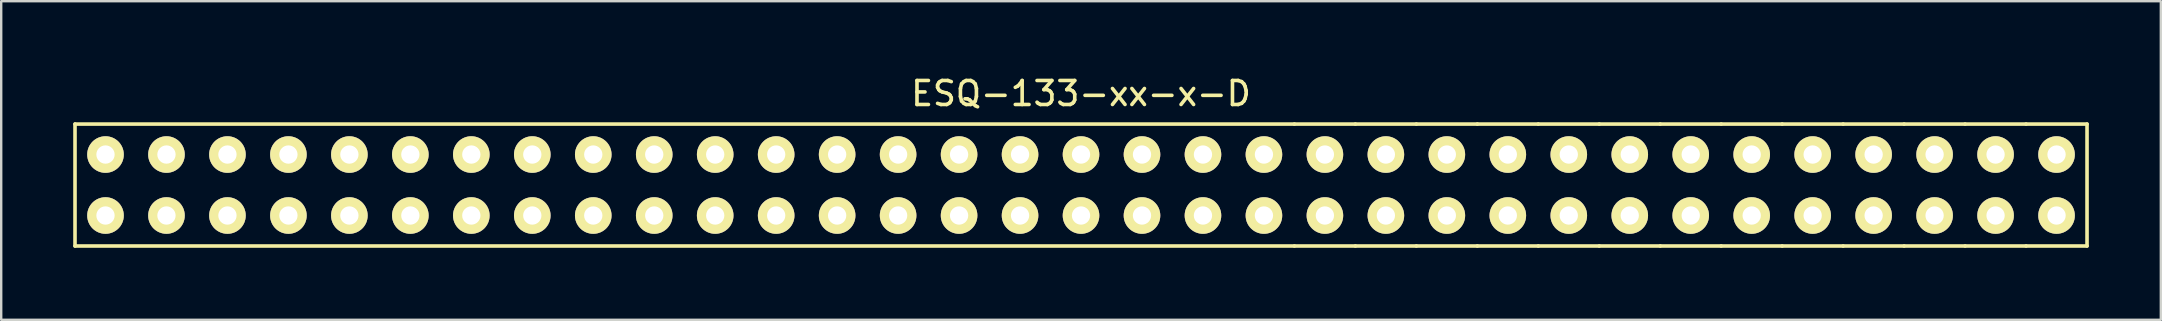
<source format=kicad_pcb>
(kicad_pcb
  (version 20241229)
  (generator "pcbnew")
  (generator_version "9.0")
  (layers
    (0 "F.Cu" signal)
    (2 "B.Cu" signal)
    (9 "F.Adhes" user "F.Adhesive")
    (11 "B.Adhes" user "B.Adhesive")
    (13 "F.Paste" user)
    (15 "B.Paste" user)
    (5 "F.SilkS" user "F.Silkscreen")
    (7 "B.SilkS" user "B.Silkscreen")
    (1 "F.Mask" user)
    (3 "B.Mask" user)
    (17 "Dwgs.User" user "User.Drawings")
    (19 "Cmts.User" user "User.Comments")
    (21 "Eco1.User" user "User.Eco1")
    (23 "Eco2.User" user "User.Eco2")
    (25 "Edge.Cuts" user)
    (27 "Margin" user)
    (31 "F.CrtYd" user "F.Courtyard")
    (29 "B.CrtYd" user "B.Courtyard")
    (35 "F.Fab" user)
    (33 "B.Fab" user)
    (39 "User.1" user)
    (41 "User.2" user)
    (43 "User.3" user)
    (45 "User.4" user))
  (footprint "ESQ-133-xx-x-D"
    (layer "F.Cu")
    (at 41.985 4.658)
    (property "Reference" "ESQ-133-xx-x-D" (at 0 -3.81 0) (layer "F.SilkS") (effects (font (size 1 1) (thickness 0.15))))
    (attr through_hole)
    (fp_line (start -41.91 -2.54) (end 8.89 -2.54) (stroke (width 0.15) (type solid)) (layer "F.SilkS"))
    (fp_line (start -41.91 2.54) (end -41.91 -2.54) (stroke (width 0.15) (type solid)) (layer "F.SilkS"))
    (fp_line (start 8.89 -2.54) (end 11.43 -2.54) (stroke (width 0.15) (type solid)) (layer "F.SilkS"))
    (fp_line (start 8.89 2.54) (end -41.91 2.54) (stroke (width 0.15) (type solid)) (layer "F.SilkS"))
    (fp_line (start 11.43 -2.54) (end 13.97 -2.54) (stroke (width 0.15) (type solid)) (layer "F.SilkS"))
    (fp_line (start 11.43 2.54) (end 8.89 2.54) (stroke (width 0.15) (type solid)) (layer "F.SilkS"))
    (fp_line (start 13.97 -2.54) (end 16.51 -2.54) (stroke (width 0.15) (type solid)) (layer "F.SilkS"))
    (fp_line (start 13.97 2.54) (end 11.43 2.54) (stroke (width 0.15) (type solid)) (layer "F.SilkS"))
    (fp_line (start 16.51 -2.54) (end 19.05 -2.54) (stroke (width 0.15) (type solid)) (layer "F.SilkS"))
    (fp_line (start 16.51 2.54) (end 13.97 2.54) (stroke (width 0.15) (type solid)) (layer "F.SilkS"))
    (fp_line (start 19.05 -2.54) (end 21.59 -2.54) (stroke (width 0.15) (type solid)) (layer "F.SilkS"))
    (fp_line (start 19.05 2.54) (end 16.51 2.54) (stroke (width 0.15) (type solid)) (layer "F.SilkS"))
    (fp_line (start 21.59 -2.54) (end 24.13 -2.54) (stroke (width 0.15) (type solid)) (layer "F.SilkS"))
    (fp_line (start 21.59 2.54) (end 19.05 2.54) (stroke (width 0.15) (type solid)) (layer "F.SilkS"))
    (fp_line (start 24.13 -2.54) (end 26.67 -2.54) (stroke (width 0.15) (type solid)) (layer "F.SilkS"))
    (fp_line (start 24.13 2.54) (end 21.59 2.54) (stroke (width 0.15) (type solid)) (layer "F.SilkS"))
    (fp_line (start 26.67 -2.54) (end 29.21 -2.54) (stroke (width 0.15) (type solid)) (layer "F.SilkS"))
    (fp_line (start 26.67 2.54) (end 24.13 2.54) (stroke (width 0.15) (type solid)) (layer "F.SilkS"))
    (fp_line (start 29.21 -2.54) (end 31.75 -2.54) (stroke (width 0.15) (type solid)) (layer "F.SilkS"))
    (fp_line (start 29.21 2.54) (end 26.67 2.54) (stroke (width 0.15) (type solid)) (layer "F.SilkS"))
    (fp_line (start 31.75 -2.54) (end 34.29 -2.54) (stroke (width 0.15) (type solid)) (layer "F.SilkS"))
    (fp_line (start 31.75 2.54) (end 29.21 2.54) (stroke (width 0.15) (type solid)) (layer "F.SilkS"))
    (fp_line (start 34.29 -2.54) (end 36.83 -2.54) (stroke (width 0.15) (type solid)) (layer "F.SilkS"))
    (fp_line (start 34.29 2.54) (end 31.75 2.54) (stroke (width 0.15) (type solid)) (layer "F.SilkS"))
    (fp_line (start 36.83 -2.54) (end 39.37 -2.54) (stroke (width 0.15) (type solid)) (layer "F.SilkS"))
    (fp_line (start 36.83 2.54) (end 34.29 2.54) (stroke (width 0.15) (type solid)) (layer "F.SilkS"))
    (fp_line (start 39.37 -2.54) (end 41.91 -2.54) (stroke (width 0.15) (type solid)) (layer "F.SilkS"))
    (fp_line (start 39.37 2.54) (end 36.83 2.54) (stroke (width 0.15) (type solid)) (layer "F.SilkS"))
    (fp_line (start 41.91 -2.54) (end 41.91 2.54) (stroke (width 0.15) (type solid)) (layer "F.SilkS"))
    (fp_line (start 41.91 2.54) (end 39.37 2.54) (stroke (width 0.15) (type solid)) (layer "F.SilkS"))
    (pad "1" thru_hole circle (at -40.64 -1.27) (size 1.524 1.524) (drill 0.762) (layers "*.Mask" "B.Cu" "F.SilkS"))
    (pad "2" thru_hole circle (at -40.64 1.27) (size 1.524 1.524) (drill 0.762) (layers "*.Mask" "B.Cu" "F.SilkS"))
    (pad "3" thru_hole circle (at -38.1 -1.27) (size 1.524 1.524) (drill 0.762) (layers "*.Mask" "B.Cu" "F.SilkS"))
    (pad "4" thru_hole circle (at -38.1 1.27) (size 1.524 1.524) (drill 0.762) (layers "*.Mask" "B.Cu" "F.SilkS"))
    (pad "5" thru_hole circle (at -35.56 -1.27) (size 1.524 1.524) (drill 0.762) (layers "*.Mask" "B.Cu" "F.SilkS"))
    (pad "6" thru_hole circle (at -35.56 1.27) (size 1.524 1.524) (drill 0.762) (layers "*.Mask" "B.Cu" "F.SilkS"))
    (pad "7" thru_hole circle (at -33.02 -1.27) (size 1.524 1.524) (drill 0.762) (layers "*.Mask" "B.Cu" "F.SilkS"))
    (pad "8" thru_hole circle (at -33.02 1.27) (size 1.524 1.524) (drill 0.762) (layers "*.Mask" "B.Cu" "F.SilkS"))
    (pad "9" thru_hole circle (at -30.48 -1.27) (size 1.524 1.524) (drill 0.762) (layers "*.Mask" "B.Cu" "F.SilkS"))
    (pad "10" thru_hole circle (at -30.48 1.27) (size 1.524 1.524) (drill 0.762) (layers "*.Mask" "B.Cu" "F.SilkS"))
    (pad "11" thru_hole circle (at -27.94 -1.27) (size 1.524 1.524) (drill 0.762) (layers "*.Mask" "B.Cu" "F.SilkS"))
    (pad "12" thru_hole circle (at -27.94 1.27) (size 1.524 1.524) (drill 0.762) (layers "*.Mask" "B.Cu" "F.SilkS"))
    (pad "13" thru_hole circle (at -25.4 -1.27) (size 1.524 1.524) (drill 0.762) (layers "*.Mask" "B.Cu" "F.SilkS"))
    (pad "14" thru_hole circle (at -25.4 1.27) (size 1.524 1.524) (drill 0.762) (layers "*.Mask" "B.Cu" "F.SilkS"))
    (pad "15" thru_hole circle (at -22.86 -1.27) (size 1.524 1.524) (drill 0.762) (layers "*.Mask" "B.Cu" "F.SilkS"))
    (pad "16" thru_hole circle (at -22.86 1.27) (size 1.524 1.524) (drill 0.762) (layers "*.Mask" "B.Cu" "F.SilkS"))
    (pad "17" thru_hole circle (at -20.32 -1.27) (size 1.524 1.524) (drill 0.762) (layers "*.Mask" "B.Cu" "F.SilkS"))
    (pad "18" thru_hole circle (at -20.32 1.27) (size 1.524 1.524) (drill 0.762) (layers "*.Mask" "B.Cu" "F.SilkS"))
    (pad "19" thru_hole circle (at -17.78 -1.27) (size 1.524 1.524) (drill 0.762) (layers "*.Mask" "B.Cu" "F.SilkS"))
    (pad "20" thru_hole circle (at -17.78 1.27) (size 1.524 1.524) (drill 0.762) (layers "*.Mask" "B.Cu" "F.SilkS"))
    (pad "21" thru_hole circle (at -15.24 -1.27) (size 1.524 1.524) (drill 0.762) (layers "*.Mask" "B.Cu" "F.SilkS"))
    (pad "22" thru_hole circle (at -15.24 1.27) (size 1.524 1.524) (drill 0.762) (layers "*.Mask" "B.Cu" "F.SilkS"))
    (pad "23" thru_hole circle (at -12.7 -1.27) (size 1.524 1.524) (drill 0.762) (layers "*.Mask" "B.Cu" "F.SilkS"))
    (pad "24" thru_hole circle (at -12.7 1.27) (size 1.524 1.524) (drill 0.762) (layers "*.Mask" "B.Cu" "F.SilkS"))
    (pad "25" thru_hole circle (at -10.16 -1.27) (size 1.524 1.524) (drill 0.762) (layers "*.Mask" "B.Cu" "F.SilkS"))
    (pad "26" thru_hole circle (at -10.16 1.27) (size 1.524 1.524) (drill 0.762) (layers "*.Mask" "B.Cu" "F.SilkS"))
    (pad "27" thru_hole circle (at -7.62 -1.27) (size 1.524 1.524) (drill 0.762) (layers "*.Mask" "B.Cu" "F.SilkS"))
    (pad "28" thru_hole circle (at -7.62 1.27) (size 1.524 1.524) (drill 0.762) (layers "*.Mask" "B.Cu" "F.SilkS"))
    (pad "29" thru_hole circle (at -5.08 -1.27) (size 1.524 1.524) (drill 0.762) (layers "*.Mask" "B.Cu" "F.SilkS"))
    (pad "30" thru_hole circle (at -5.08 1.27) (size 1.524 1.524) (drill 0.762) (layers "*.Mask" "B.Cu" "F.SilkS"))
    (pad "31" thru_hole circle (at -2.54 -1.27) (size 1.524 1.524) (drill 0.762) (layers "*.Mask" "B.Cu" "F.SilkS"))
    (pad "32" thru_hole circle (at -2.54 1.27) (size 1.524 1.524) (drill 0.762) (layers "*.Mask" "B.Cu" "F.SilkS"))
    (pad "33" thru_hole circle (at 0 -1.27) (size 1.524 1.524) (drill 0.762) (layers "*.Mask" "B.Cu" "F.SilkS"))
    (pad "34" thru_hole circle (at 0 1.27) (size 1.524 1.524) (drill 0.762) (layers "*.Mask" "B.Cu" "F.SilkS"))
    (pad "35" thru_hole circle (at 2.54 -1.27) (size 1.524 1.524) (drill 0.762) (layers "*.Mask" "B.Cu" "F.SilkS"))
    (pad "36" thru_hole circle (at 2.54 1.27) (size 1.524 1.524) (drill 0.762) (layers "*.Mask" "B.Cu" "F.SilkS"))
    (pad "37" thru_hole circle (at 5.08 -1.27) (size 1.524 1.524) (drill 0.762) (layers "*.Mask" "B.Cu" "F.SilkS"))
    (pad "38" thru_hole circle (at 5.08 1.27) (size 1.524 1.524) (drill 0.762) (layers "*.Mask" "B.Cu" "F.SilkS"))
    (pad "39" thru_hole circle (at 7.62 -1.27) (size 1.524 1.524) (drill 0.762) (layers "*.Mask" "B.Cu" "F.SilkS"))
    (pad "40" thru_hole circle (at 7.62 1.27) (size 1.524 1.524) (drill 0.762) (layers "*.Mask" "B.Cu" "F.SilkS"))
    (pad "41" thru_hole circle (at 10.16 -1.27) (size 1.524 1.524) (drill 0.762) (layers "*.Mask" "B.Cu" "F.SilkS"))
    (pad "42" thru_hole circle (at 10.16 1.27) (size 1.524 1.524) (drill 0.762) (layers "*.Mask" "B.Cu" "F.SilkS"))
    (pad "43" thru_hole circle (at 12.7 -1.27) (size 1.524 1.524) (drill 0.762) (layers "*.Mask" "B.Cu" "F.SilkS"))
    (pad "44" thru_hole circle (at 12.7 1.27) (size 1.524 1.524) (drill 0.762) (layers "*.Mask" "B.Cu" "F.SilkS"))
    (pad "45" thru_hole circle (at 15.24 -1.27) (size 1.524 1.524) (drill 0.762) (layers "*.Mask" "B.Cu" "F.SilkS"))
    (pad "46" thru_hole circle (at 15.24 1.27) (size 1.524 1.524) (drill 0.762) (layers "*.Mask" "B.Cu" "F.SilkS"))
    (pad "47" thru_hole circle (at 17.78 -1.27) (size 1.524 1.524) (drill 0.762) (layers "*.Mask" "B.Cu" "F.SilkS"))
    (pad "48" thru_hole circle (at 17.78 1.27) (size 1.524 1.524) (drill 0.762) (layers "*.Mask" "B.Cu" "F.SilkS"))
    (pad "49" thru_hole circle (at 20.32 -1.27) (size 1.524 1.524) (drill 0.762) (layers "*.Mask" "B.Cu" "F.SilkS"))
    (pad "50" thru_hole circle (at 20.32 1.27) (size 1.524 1.524) (drill 0.762) (layers "*.Mask" "B.Cu" "F.SilkS"))
    (pad "51" thru_hole circle (at 22.86 -1.27) (size 1.524 1.524) (drill 0.762) (layers "*.Mask" "B.Cu" "F.SilkS"))
    (pad "52" thru_hole circle (at 22.86 1.27) (size 1.524 1.524) (drill 0.762) (layers "*.Mask" "B.Cu" "F.SilkS"))
    (pad "53" thru_hole circle (at 25.4 -1.27) (size 1.524 1.524) (drill 0.762) (layers "*.Mask" "B.Cu" "F.SilkS"))
    (pad "54" thru_hole circle (at 25.4 1.27) (size 1.524 1.524) (drill 0.762) (layers "*.Mask" "B.Cu" "F.SilkS"))
    (pad "55" thru_hole circle (at 27.94 -1.27) (size 1.524 1.524) (drill 0.762) (layers "*.Mask" "B.Cu" "F.SilkS"))
    (pad "56" thru_hole circle (at 27.94 1.27) (size 1.524 1.524) (drill 0.762) (layers "*.Mask" "B.Cu" "F.SilkS"))
    (pad "57" thru_hole circle (at 30.48 -1.27) (size 1.524 1.524) (drill 0.762) (layers "*.Mask" "B.Cu" "F.SilkS"))
    (pad "58" thru_hole circle (at 30.48 1.27) (size 1.524 1.524) (drill 0.762) (layers "*.Mask" "B.Cu" "F.SilkS"))
    (pad "59" thru_hole circle (at 33.02 -1.27) (size 1.524 1.524) (drill 0.762) (layers "*.Mask" "B.Cu" "F.SilkS"))
    (pad "60" thru_hole circle (at 33.02 1.27) (size 1.524 1.524) (drill 0.762) (layers "*.Mask" "B.Cu" "F.SilkS"))
    (pad "61" thru_hole circle (at 35.56 -1.27) (size 1.524 1.524) (drill 0.762) (layers "*.Mask" "B.Cu" "F.SilkS"))
    (pad "62" thru_hole circle (at 35.56 1.27) (size 1.524 1.524) (drill 0.762) (layers "*.Mask" "B.Cu" "F.SilkS"))
    (pad "63" thru_hole circle (at 38.1 -1.27) (size 1.524 1.524) (drill 0.762) (layers "*.Mask" "B.Cu" "F.SilkS"))
    (pad "64" thru_hole circle (at 38.1 1.27) (size 1.524 1.524) (drill 0.762) (layers "*.Mask" "B.Cu" "F.SilkS"))
    (pad "65" thru_hole circle (at 40.64 -1.27) (size 1.524 1.524) (drill 0.762) (layers "*.Mask" "B.Cu" "F.SilkS"))
    (pad "66" thru_hole circle (at 40.64 1.27) (size 1.524 1.524) (drill 0.762) (layers "*.Mask" "B.Cu" "F.SilkS")))
  (gr_rect
    (start -3 -3)
    (end 86.97 10.273)
    (stroke (width 0.1) (type default))
    (fill no)
    (layer "Edge.Cuts")))
</source>
